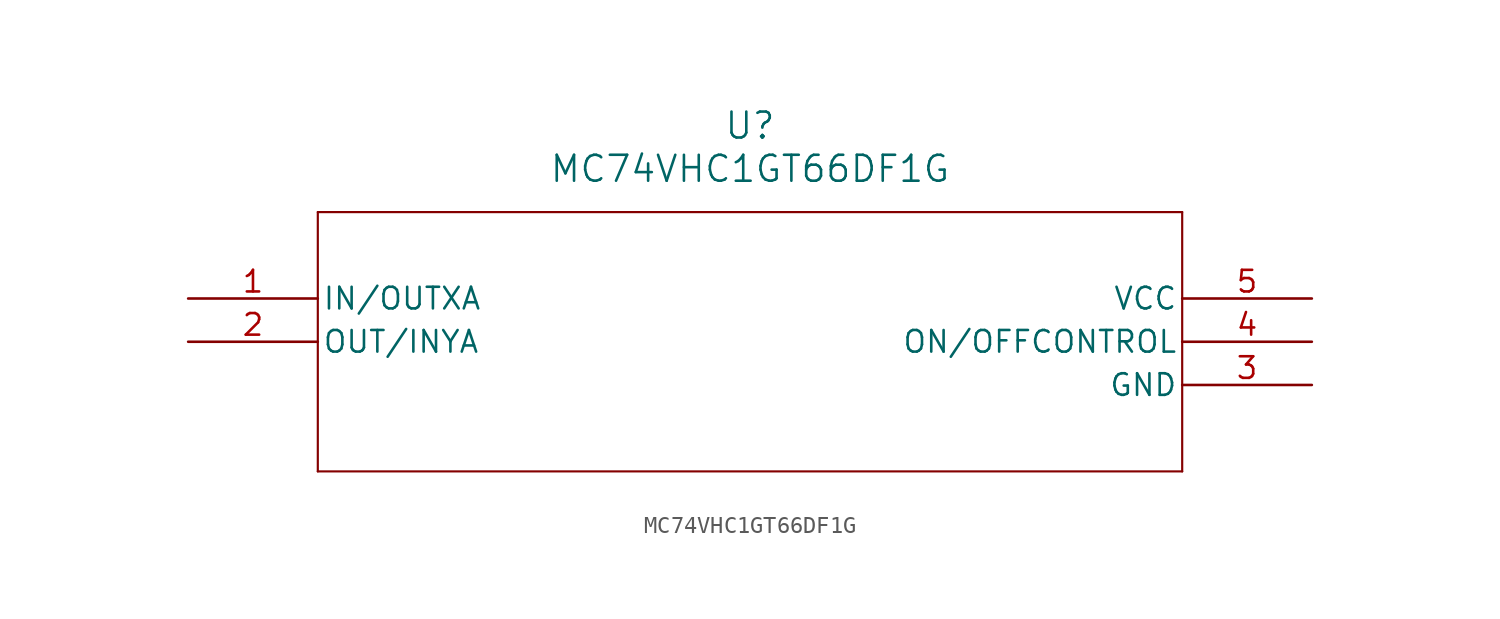
<source format=kicad_sym>
(kicad_symbol_lib
  (version 20211014)
  (generator kicad_symbol_editor)
  (symbol "MC74VHC1GT66DF1G"
    (pin_names
      (offset 0.254))
    (property "Reference" "U"
      (at 33.02 10.16 0)
      (effects (font (size 1.524 1.524))))
    (property "Value" "MC74VHC1GT66DF1G"
      (at 33.02 7.62 0)
      (effects (font (size 1.524 1.524))))
    (symbol "MC74VHC1GT66DF1G_0_1"
      (polyline (pts (xy 7.62 5.08) (xy 7.62 -10.16)) (stroke (width 0.127) (type default) (color 0 0 0 0)) (fill (type none)))
      (polyline (pts (xy 7.62 -10.16) (xy 58.42 -10.16)) (stroke (width 0.127) (type default) (color 0 0 0 0)) (fill (type none)))
      (polyline (pts (xy 58.42 -10.16) (xy 58.42 5.08)) (stroke (width 0.127) (type default) (color 0 0 0 0)) (fill (type none)))
      (polyline (pts (xy 58.42 5.08) (xy 7.62 5.08)) (stroke (width 0.127) (type default) (color 0 0 0 0)) (fill (type none)))
      (pin bidirectional line (at 0 0 0) (length 7.62) (name "IN/OUTXA" (effects (font (size 1.27 1.27)))) (number "1" (effects (font (size 1.27 1.27)))))
      (pin bidirectional line (at 0 -2.54 0) (length 7.62) (name "OUT/INYA" (effects (font (size 1.27 1.27)))) (number "2" (effects (font (size 1.27 1.27)))))
      (pin power_in line (at 66.04 -5.08 180) (length 7.62) (name "GND" (effects (font (size 1.27 1.27)))) (number "3" (effects (font (size 1.27 1.27)))))
      (pin bidirectional line (at 66.04 -2.54 180) (length 7.62) (name "ON/OFFCONTROL" (effects (font (size 1.27 1.27)))) (number "4" (effects (font (size 1.27 1.27)))))
      (pin power_in line (at 66.04 0 180) (length 7.62) (name "VCC" (effects (font (size 1.27 1.27)))) (number "5" (effects (font (size 1.27 1.27))))))))
</source>
